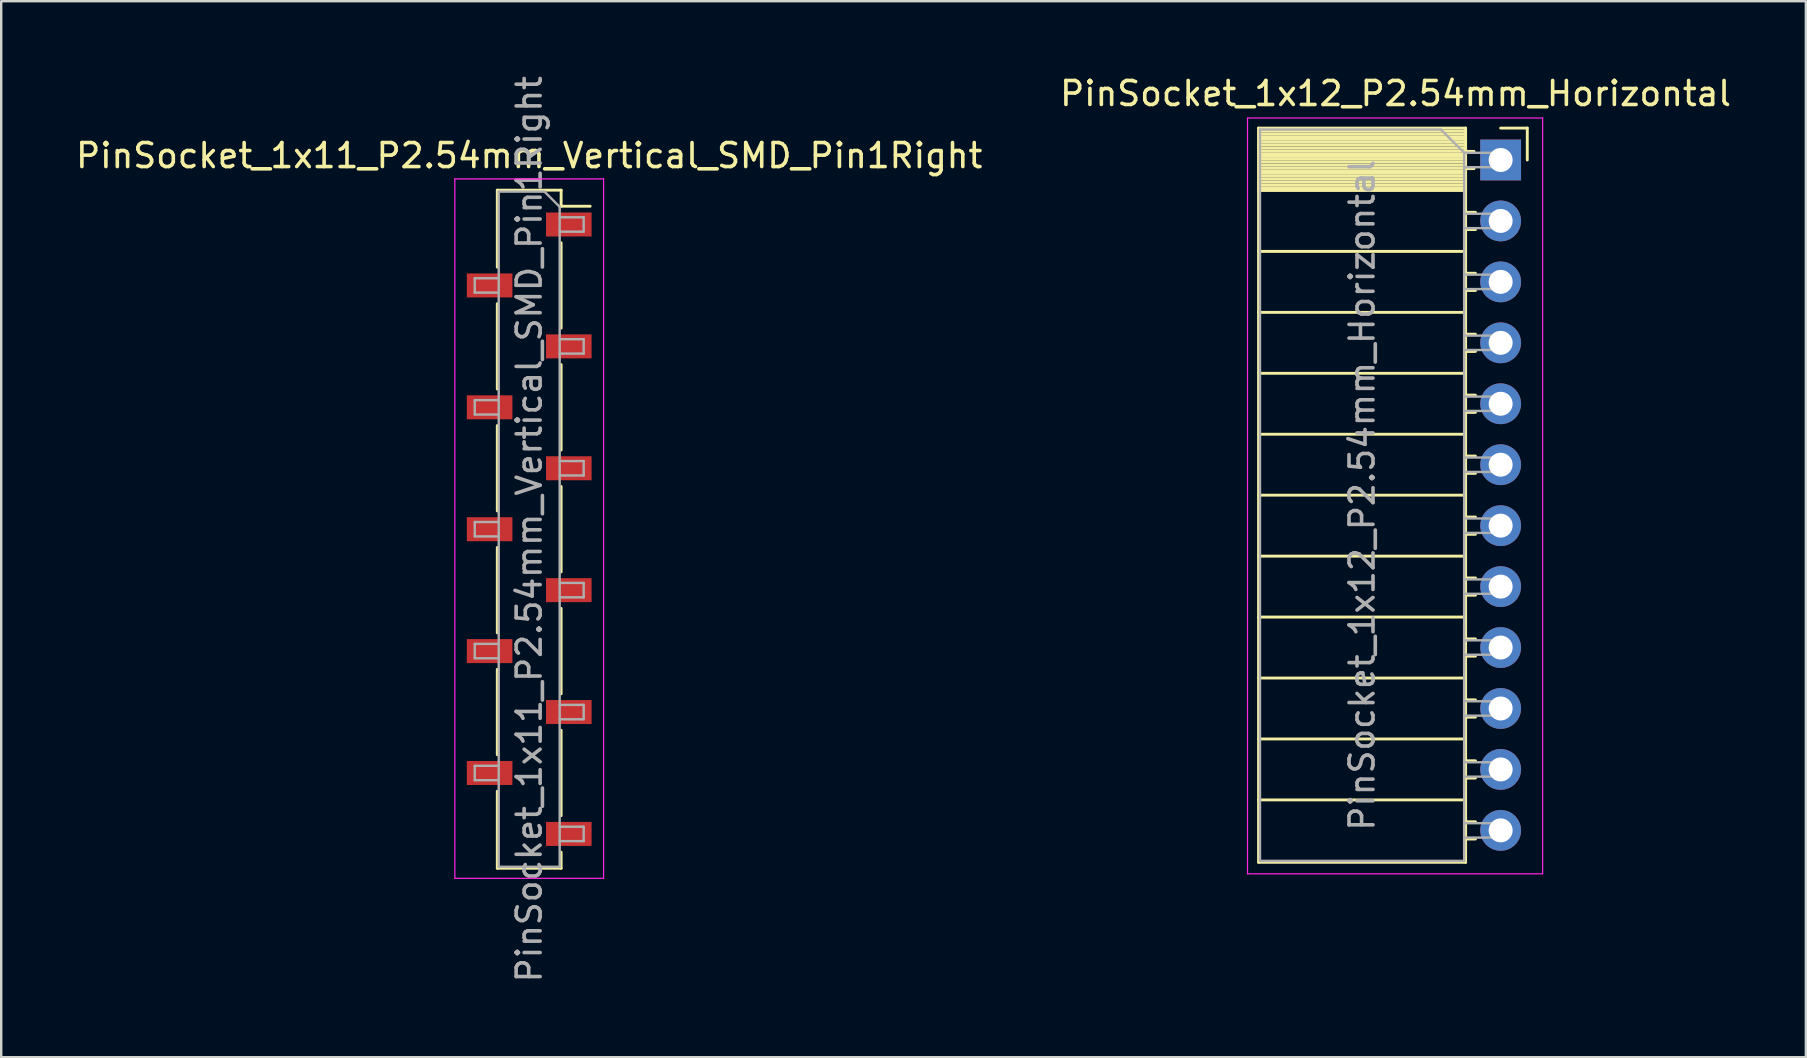
<source format=kicad_pcb>
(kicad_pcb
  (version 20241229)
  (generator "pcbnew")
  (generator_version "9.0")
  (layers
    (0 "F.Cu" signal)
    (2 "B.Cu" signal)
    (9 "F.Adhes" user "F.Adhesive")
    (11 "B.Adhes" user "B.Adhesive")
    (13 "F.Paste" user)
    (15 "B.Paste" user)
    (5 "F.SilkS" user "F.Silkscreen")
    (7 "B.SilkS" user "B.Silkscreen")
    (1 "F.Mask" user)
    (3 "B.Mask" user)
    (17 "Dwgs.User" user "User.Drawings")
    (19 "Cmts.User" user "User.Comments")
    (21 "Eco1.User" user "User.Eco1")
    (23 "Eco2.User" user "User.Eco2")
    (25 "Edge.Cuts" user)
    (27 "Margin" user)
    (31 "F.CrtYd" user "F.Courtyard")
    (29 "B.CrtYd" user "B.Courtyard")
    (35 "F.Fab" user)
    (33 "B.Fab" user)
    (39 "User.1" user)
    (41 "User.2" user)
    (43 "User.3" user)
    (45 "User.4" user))
  (footprint "PinSocket_1x12_P2.54mm_Horizontal"
    (layer "F.Cu")
    (at 59.493 3.618)
    (property "Reference" "PinSocket_1x12_P2.54mm_Horizontal" (at -4.38 -2.77 0) (layer "F.SilkS") (effects (font (size 1 1) (thickness 0.15))))
    (attr through_hole)
    (fp_line (start -10.09 -1.33) (end -10.09 29.27) (stroke (width 0.12) (type solid)) (layer "F.SilkS"))
    (fp_line (start -10.09 -1.33) (end -1.46 -1.33) (stroke (width 0.12) (type solid)) (layer "F.SilkS"))
    (fp_line (start -10.09 -1.21) (end -1.46 -1.21) (stroke (width 0.12) (type solid)) (layer "F.SilkS"))
    (fp_line (start -10.09 -1.092) (end -1.46 -1.092) (stroke (width 0.12) (type solid)) (layer "F.SilkS"))
    (fp_line (start -10.09 -0.974) (end -1.46 -0.974) (stroke (width 0.12) (type solid)) (layer "F.SilkS"))
    (fp_line (start -10.09 -0.856) (end -1.46 -0.856) (stroke (width 0.12) (type solid)) (layer "F.SilkS"))
    (fp_line (start -10.09 -0.738) (end -1.46 -0.738) (stroke (width 0.12) (type solid)) (layer "F.SilkS"))
    (fp_line (start -10.09 -0.62) (end -1.46 -0.62) (stroke (width 0.12) (type solid)) (layer "F.SilkS"))
    (fp_line (start -10.09 -0.501) (end -1.46 -0.501) (stroke (width 0.12) (type solid)) (layer "F.SilkS"))
    (fp_line (start -10.09 -0.383) (end -1.46 -0.383) (stroke (width 0.12) (type solid)) (layer "F.SilkS"))
    (fp_line (start -10.09 -0.265) (end -1.46 -0.265) (stroke (width 0.12) (type solid)) (layer "F.SilkS"))
    (fp_line (start -10.09 -0.147) (end -1.46 -0.147) (stroke (width 0.12) (type solid)) (layer "F.SilkS"))
    (fp_line (start -10.09 -0.029) (end -1.46 -0.029) (stroke (width 0.12) (type solid)) (layer "F.SilkS"))
    (fp_line (start -10.09 0.089) (end -1.46 0.089) (stroke (width 0.12) (type solid)) (layer "F.SilkS"))
    (fp_line (start -10.09 0.207) (end -1.46 0.207) (stroke (width 0.12) (type solid)) (layer "F.SilkS"))
    (fp_line (start -10.09 0.325) (end -1.46 0.325) (stroke (width 0.12) (type solid)) (layer "F.SilkS"))
    (fp_line (start -10.09 0.443) (end -1.46 0.443) (stroke (width 0.12) (type solid)) (layer "F.SilkS"))
    (fp_line (start -10.09 0.561) (end -1.46 0.561) (stroke (width 0.12) (type solid)) (layer "F.SilkS"))
    (fp_line (start -10.09 0.68) (end -1.46 0.68) (stroke (width 0.12) (type solid)) (layer "F.SilkS"))
    (fp_line (start -10.09 0.798) (end -1.46 0.798) (stroke (width 0.12) (type solid)) (layer "F.SilkS"))
    (fp_line (start -10.09 0.916) (end -1.46 0.916) (stroke (width 0.12) (type solid)) (layer "F.SilkS"))
    (fp_line (start -10.09 1.034) (end -1.46 1.034) (stroke (width 0.12) (type solid)) (layer "F.SilkS"))
    (fp_line (start -10.09 1.152) (end -1.46 1.152) (stroke (width 0.12) (type solid)) (layer "F.SilkS"))
    (fp_line (start -10.09 1.27) (end -1.46 1.27) (stroke (width 0.12) (type solid)) (layer "F.SilkS"))
    (fp_line (start -10.09 3.81) (end -1.46 3.81) (stroke (width 0.12) (type solid)) (layer "F.SilkS"))
    (fp_line (start -10.09 6.35) (end -1.46 6.35) (stroke (width 0.12) (type solid)) (layer "F.SilkS"))
    (fp_line (start -10.09 8.89) (end -1.46 8.89) (stroke (width 0.12) (type solid)) (layer "F.SilkS"))
    (fp_line (start -10.09 11.43) (end -1.46 11.43) (stroke (width 0.12) (type solid)) (layer "F.SilkS"))
    (fp_line (start -10.09 13.97) (end -1.46 13.97) (stroke (width 0.12) (type solid)) (layer "F.SilkS"))
    (fp_line (start -10.09 16.51) (end -1.46 16.51) (stroke (width 0.12) (type solid)) (layer "F.SilkS"))
    (fp_line (start -10.09 19.05) (end -1.46 19.05) (stroke (width 0.12) (type solid)) (layer "F.SilkS"))
    (fp_line (start -10.09 21.59) (end -1.46 21.59) (stroke (width 0.12) (type solid)) (layer "F.SilkS"))
    (fp_line (start -10.09 24.13) (end -1.46 24.13) (stroke (width 0.12) (type solid)) (layer "F.SilkS"))
    (fp_line (start -10.09 26.67) (end -1.46 26.67) (stroke (width 0.12) (type solid)) (layer "F.SilkS"))
    (fp_line (start -10.09 29.27) (end -1.46 29.27) (stroke (width 0.12) (type solid)) (layer "F.SilkS"))
    (fp_line (start -1.46 -1.33) (end -1.46 29.27) (stroke (width 0.12) (type solid)) (layer "F.SilkS"))
    (fp_line (start -1.46 -0.36) (end -1.11 -0.36) (stroke (width 0.12) (type solid)) (layer "F.SilkS"))
    (fp_line (start -1.46 0.36) (end -1.11 0.36) (stroke (width 0.12) (type solid)) (layer "F.SilkS"))
    (fp_line (start -1.46 2.18) (end -1.05 2.18) (stroke (width 0.12) (type solid)) (layer "F.SilkS"))
    (fp_line (start -1.46 2.9) (end -1.05 2.9) (stroke (width 0.12) (type solid)) (layer "F.SilkS"))
    (fp_line (start -1.46 4.72) (end -1.05 4.72) (stroke (width 0.12) (type solid)) (layer "F.SilkS"))
    (fp_line (start -1.46 5.44) (end -1.05 5.44) (stroke (width 0.12) (type solid)) (layer "F.SilkS"))
    (fp_line (start -1.46 7.26) (end -1.05 7.26) (stroke (width 0.12) (type solid)) (layer "F.SilkS"))
    (fp_line (start -1.46 7.98) (end -1.05 7.98) (stroke (width 0.12) (type solid)) (layer "F.SilkS"))
    (fp_line (start -1.46 9.8) (end -1.05 9.8) (stroke (width 0.12) (type solid)) (layer "F.SilkS"))
    (fp_line (start -1.46 10.52) (end -1.05 10.52) (stroke (width 0.12) (type solid)) (layer "F.SilkS"))
    (fp_line (start -1.46 12.34) (end -1.05 12.34) (stroke (width 0.12) (type solid)) (layer "F.SilkS"))
    (fp_line (start -1.46 13.06) (end -1.05 13.06) (stroke (width 0.12) (type solid)) (layer "F.SilkS"))
    (fp_line (start -1.46 14.88) (end -1.05 14.88) (stroke (width 0.12) (type solid)) (layer "F.SilkS"))
    (fp_line (start -1.46 15.6) (end -1.05 15.6) (stroke (width 0.12) (type solid)) (layer "F.SilkS"))
    (fp_line (start -1.46 17.42) (end -1.05 17.42) (stroke (width 0.12) (type solid)) (layer "F.SilkS"))
    (fp_line (start -1.46 18.14) (end -1.05 18.14) (stroke (width 0.12) (type solid)) (layer "F.SilkS"))
    (fp_line (start -1.46 19.96) (end -1.05 19.96) (stroke (width 0.12) (type solid)) (layer "F.SilkS"))
    (fp_line (start -1.46 20.68) (end -1.05 20.68) (stroke (width 0.12) (type solid)) (layer "F.SilkS"))
    (fp_line (start -1.46 22.5) (end -1.05 22.5) (stroke (width 0.12) (type solid)) (layer "F.SilkS"))
    (fp_line (start -1.46 23.22) (end -1.05 23.22) (stroke (width 0.12) (type solid)) (layer "F.SilkS"))
    (fp_line (start -1.46 25.04) (end -1.05 25.04) (stroke (width 0.12) (type solid)) (layer "F.SilkS"))
    (fp_line (start -1.46 25.76) (end -1.05 25.76) (stroke (width 0.12) (type solid)) (layer "F.SilkS"))
    (fp_line (start -1.46 27.58) (end -1.05 27.58) (stroke (width 0.12) (type solid)) (layer "F.SilkS"))
    (fp_line (start -1.46 28.3) (end -1.05 28.3) (stroke (width 0.12) (type solid)) (layer "F.SilkS"))
    (fp_line (start 0 -1.33) (end 1.11 -1.33) (stroke (width 0.12) (type solid)) (layer "F.SilkS"))
    (fp_line (start 1.11 -1.33) (end 1.11 0) (stroke (width 0.12) (type solid)) (layer "F.SilkS"))
    (fp_line (start -10.55 -1.75) (end -10.55 29.75) (stroke (width 0.05) (type solid)) (layer "F.CrtYd"))
    (fp_line (start -10.55 29.75) (end 1.75 29.75) (stroke (width 0.05) (type solid)) (layer "F.CrtYd"))
    (fp_line (start 1.75 -1.75) (end -10.55 -1.75) (stroke (width 0.05) (type solid)) (layer "F.CrtYd"))
    (fp_line (start 1.75 29.75) (end 1.75 -1.75) (stroke (width 0.05) (type solid)) (layer "F.CrtYd"))
    (fp_line (start -10.03 -1.27) (end -2.49 -1.27) (stroke (width 0.1) (type solid)) (layer "F.Fab"))
    (fp_line (start -10.03 29.21) (end -10.03 -1.27) (stroke (width 0.1) (type solid)) (layer "F.Fab"))
    (fp_line (start -2.49 -1.27) (end -1.52 -0.3) (stroke (width 0.1) (type solid)) (layer "F.Fab"))
    (fp_line (start -1.52 -0.3) (end -1.52 29.21) (stroke (width 0.1) (type solid)) (layer "F.Fab"))
    (fp_line (start -1.52 0.3) (end 0 0.3) (stroke (width 0.1) (type solid)) (layer "F.Fab"))
    (fp_line (start -1.52 2.84) (end 0 2.84) (stroke (width 0.1) (type solid)) (layer "F.Fab"))
    (fp_line (start -1.52 5.38) (end 0 5.38) (stroke (width 0.1) (type solid)) (layer "F.Fab"))
    (fp_line (start -1.52 7.92) (end 0 7.92) (stroke (width 0.1) (type solid)) (layer "F.Fab"))
    (fp_line (start -1.52 10.46) (end 0 10.46) (stroke (width 0.1) (type solid)) (layer "F.Fab"))
    (fp_line (start -1.52 13) (end 0 13) (stroke (width 0.1) (type solid)) (layer "F.Fab"))
    (fp_line (start -1.52 15.54) (end 0 15.54) (stroke (width 0.1) (type solid)) (layer "F.Fab"))
    (fp_line (start -1.52 18.08) (end 0 18.08) (stroke (width 0.1) (type solid)) (layer "F.Fab"))
    (fp_line (start -1.52 20.62) (end 0 20.62) (stroke (width 0.1) (type solid)) (layer "F.Fab"))
    (fp_line (start -1.52 23.16) (end 0 23.16) (stroke (width 0.1) (type solid)) (layer "F.Fab"))
    (fp_line (start -1.52 25.7) (end 0 25.7) (stroke (width 0.1) (type solid)) (layer "F.Fab"))
    (fp_line (start -1.52 28.24) (end 0 28.24) (stroke (width 0.1) (type solid)) (layer "F.Fab"))
    (fp_line (start -1.52 29.21) (end -10.03 29.21) (stroke (width 0.1) (type solid)) (layer "F.Fab"))
    (fp_line (start 0 -0.3) (end -1.52 -0.3) (stroke (width 0.1) (type solid)) (layer "F.Fab"))
    (fp_line (start 0 0.3) (end 0 -0.3) (stroke (width 0.1) (type solid)) (layer "F.Fab"))
    (fp_line (start 0 2.24) (end -1.52 2.24) (stroke (width 0.1) (type solid)) (layer "F.Fab"))
    (fp_line (start 0 2.84) (end 0 2.24) (stroke (width 0.1) (type solid)) (layer "F.Fab"))
    (fp_line (start 0 4.78) (end -1.52 4.78) (stroke (width 0.1) (type solid)) (layer "F.Fab"))
    (fp_line (start 0 5.38) (end 0 4.78) (stroke (width 0.1) (type solid)) (layer "F.Fab"))
    (fp_line (start 0 7.32) (end -1.52 7.32) (stroke (width 0.1) (type solid)) (layer "F.Fab"))
    (fp_line (start 0 7.92) (end 0 7.32) (stroke (width 0.1) (type solid)) (layer "F.Fab"))
    (fp_line (start 0 9.86) (end -1.52 9.86) (stroke (width 0.1) (type solid)) (layer "F.Fab"))
    (fp_line (start 0 10.46) (end 0 9.86) (stroke (width 0.1) (type solid)) (layer "F.Fab"))
    (fp_line (start 0 12.4) (end -1.52 12.4) (stroke (width 0.1) (type solid)) (layer "F.Fab"))
    (fp_line (start 0 13) (end 0 12.4) (stroke (width 0.1) (type solid)) (layer "F.Fab"))
    (fp_line (start 0 14.94) (end -1.52 14.94) (stroke (width 0.1) (type solid)) (layer "F.Fab"))
    (fp_line (start 0 15.54) (end 0 14.94) (stroke (width 0.1) (type solid)) (layer "F.Fab"))
    (fp_line (start 0 17.48) (end -1.52 17.48) (stroke (width 0.1) (type solid)) (layer "F.Fab"))
    (fp_line (start 0 18.08) (end 0 17.48) (stroke (width 0.1) (type solid)) (layer "F.Fab"))
    (fp_line (start 0 20.02) (end -1.52 20.02) (stroke (width 0.1) (type solid)) (layer "F.Fab"))
    (fp_line (start 0 20.62) (end 0 20.02) (stroke (width 0.1) (type solid)) (layer "F.Fab"))
    (fp_line (start 0 22.56) (end -1.52 22.56) (stroke (width 0.1) (type solid)) (layer "F.Fab"))
    (fp_line (start 0 23.16) (end 0 22.56) (stroke (width 0.1) (type solid)) (layer "F.Fab"))
    (fp_line (start 0 25.1) (end -1.52 25.1) (stroke (width 0.1) (type solid)) (layer "F.Fab"))
    (fp_line (start 0 25.7) (end 0 25.1) (stroke (width 0.1) (type solid)) (layer "F.Fab"))
    (fp_line (start 0 27.64) (end -1.52 27.64) (stroke (width 0.1) (type solid)) (layer "F.Fab"))
    (fp_line (start 0 28.24) (end 0 27.64) (stroke (width 0.1) (type solid)) (layer "F.Fab"))
    (fp_text user "${REFERENCE}" (at -5.775 13.97 90) (layer "F.Fab") (effects (font (size 1 1) (thickness 0.15))))
    (pad "1" thru_hole rect (at 0 0) (size 1.7 1.7) (drill 1) (layers "*.Cu" "*.Mask"))
    (pad "2" thru_hole oval (at 0 2.54) (size 1.7 1.7) (drill 1) (layers "*.Cu" "*.Mask"))
    (pad "3" thru_hole oval (at 0 5.08) (size 1.7 1.7) (drill 1) (layers "*.Cu" "*.Mask"))
    (pad "4" thru_hole oval (at 0 7.62) (size 1.7 1.7) (drill 1) (layers "*.Cu" "*.Mask"))
    (pad "5" thru_hole oval (at 0 10.16) (size 1.7 1.7) (drill 1) (layers "*.Cu" "*.Mask"))
    (pad "6" thru_hole oval (at 0 12.7) (size 1.7 1.7) (drill 1) (layers "*.Cu" "*.Mask"))
    (pad "7" thru_hole oval (at 0 15.24) (size 1.7 1.7) (drill 1) (layers "*.Cu" "*.Mask"))
    (pad "8" thru_hole oval (at 0 17.78) (size 1.7 1.7) (drill 1) (layers "*.Cu" "*.Mask"))
    (pad "9" thru_hole oval (at 0 20.32) (size 1.7 1.7) (drill 1) (layers "*.Cu" "*.Mask"))
    (pad "10" thru_hole oval (at 0 22.86) (size 1.7 1.7) (drill 1) (layers "*.Cu" "*.Mask"))
    (pad "11" thru_hole oval (at 0 25.4) (size 1.7 1.7) (drill 1) (layers "*.Cu" "*.Mask"))
    (pad "12" thru_hole oval (at 0 27.94) (size 1.7 1.7) (drill 1) (layers "*.Cu" "*.Mask")))
  (footprint "PinSocket_1x11_P2.54mm_Vertical_SMD_Pin1Right"
    (layer "F.Cu")
    (at 19.006 19.006)
    (property "Reference" "PinSocket_1x11_P2.54mm_Vertical_SMD_Pin1Right" (at 0 -15.57 0) (layer "F.SilkS") (effects (font (size 1 1) (thickness 0.15))))
    (attr smd)
    (fp_line (start -1.33 -14.13) (end -1.33 -10.92) (stroke (width 0.12) (type solid)) (layer "F.SilkS"))
    (fp_line (start -1.33 -14.13) (end 1.33 -14.13) (stroke (width 0.12) (type solid)) (layer "F.SilkS"))
    (fp_line (start -1.33 -9.4) (end -1.33 -5.84) (stroke (width 0.12) (type solid)) (layer "F.SilkS"))
    (fp_line (start -1.33 -4.32) (end -1.33 -0.76) (stroke (width 0.12) (type solid)) (layer "F.SilkS"))
    (fp_line (start -1.33 0.76) (end -1.33 4.32) (stroke (width 0.12) (type solid)) (layer "F.SilkS"))
    (fp_line (start -1.33 5.84) (end -1.33 9.4) (stroke (width 0.12) (type solid)) (layer "F.SilkS"))
    (fp_line (start -1.33 10.92) (end -1.33 14.13) (stroke (width 0.12) (type solid)) (layer "F.SilkS"))
    (fp_line (start -1.33 14.13) (end 1.33 14.13) (stroke (width 0.12) (type solid)) (layer "F.SilkS"))
    (fp_line (start 1.33 -14.13) (end 1.33 -13.46) (stroke (width 0.12) (type solid)) (layer "F.SilkS"))
    (fp_line (start 1.33 -13.46) (end 2.54 -13.46) (stroke (width 0.12) (type solid)) (layer "F.SilkS"))
    (fp_line (start 1.33 -11.94) (end 1.33 -8.38) (stroke (width 0.12) (type solid)) (layer "F.SilkS"))
    (fp_line (start 1.33 -6.86) (end 1.33 -3.3) (stroke (width 0.12) (type solid)) (layer "F.SilkS"))
    (fp_line (start 1.33 -1.78) (end 1.33 1.78) (stroke (width 0.12) (type solid)) (layer "F.SilkS"))
    (fp_line (start 1.33 3.3) (end 1.33 6.86) (stroke (width 0.12) (type solid)) (layer "F.SilkS"))
    (fp_line (start 1.33 8.38) (end 1.33 11.94) (stroke (width 0.12) (type solid)) (layer "F.SilkS"))
    (fp_line (start 1.33 13.46) (end 1.33 14.13) (stroke (width 0.12) (type solid)) (layer "F.SilkS"))
    (fp_line (start -3.1 -14.6) (end 3.1 -14.6) (stroke (width 0.05) (type solid)) (layer "F.CrtYd"))
    (fp_line (start -3.1 14.55) (end -3.1 -14.6) (stroke (width 0.05) (type solid)) (layer "F.CrtYd"))
    (fp_line (start 3.1 -14.6) (end 3.1 14.55) (stroke (width 0.05) (type solid)) (layer "F.CrtYd"))
    (fp_line (start 3.1 14.55) (end -3.1 14.55) (stroke (width 0.05) (type solid)) (layer "F.CrtYd"))
    (fp_line (start -2.27 -10.46) (end -1.27 -10.46) (stroke (width 0.1) (type solid)) (layer "F.Fab"))
    (fp_line (start -2.27 -9.86) (end -2.27 -10.46) (stroke (width 0.1) (type solid)) (layer "F.Fab"))
    (fp_line (start -2.27 -5.38) (end -1.27 -5.38) (stroke (width 0.1) (type solid)) (layer "F.Fab"))
    (fp_line (start -2.27 -4.78) (end -2.27 -5.38) (stroke (width 0.1) (type solid)) (layer "F.Fab"))
    (fp_line (start -2.27 -0.3) (end -1.27 -0.3) (stroke (width 0.1) (type solid)) (layer "F.Fab"))
    (fp_line (start -2.27 0.3) (end -2.27 -0.3) (stroke (width 0.1) (type solid)) (layer "F.Fab"))
    (fp_line (start -2.27 4.78) (end -1.27 4.78) (stroke (width 0.1) (type solid)) (layer "F.Fab"))
    (fp_line (start -2.27 5.38) (end -2.27 4.78) (stroke (width 0.1) (type solid)) (layer "F.Fab"))
    (fp_line (start -2.27 9.86) (end -1.27 9.86) (stroke (width 0.1) (type solid)) (layer "F.Fab"))
    (fp_line (start -2.27 10.46) (end -2.27 9.86) (stroke (width 0.1) (type solid)) (layer "F.Fab"))
    (fp_line (start -1.27 -14.07) (end 0.635 -14.07) (stroke (width 0.1) (type solid)) (layer "F.Fab"))
    (fp_line (start -1.27 -9.86) (end -2.27 -9.86) (stroke (width 0.1) (type solid)) (layer "F.Fab"))
    (fp_line (start -1.27 -4.78) (end -2.27 -4.78) (stroke (width 0.1) (type solid)) (layer "F.Fab"))
    (fp_line (start -1.27 0.3) (end -2.27 0.3) (stroke (width 0.1) (type solid)) (layer "F.Fab"))
    (fp_line (start -1.27 5.38) (end -2.27 5.38) (stroke (width 0.1) (type solid)) (layer "F.Fab"))
    (fp_line (start -1.27 10.46) (end -2.27 10.46) (stroke (width 0.1) (type solid)) (layer "F.Fab"))
    (fp_line (start -1.27 14.07) (end -1.27 -14.07) (stroke (width 0.1) (type solid)) (layer "F.Fab"))
    (fp_line (start 0.635 -14.07) (end 1.27 -13.435) (stroke (width 0.1) (type solid)) (layer "F.Fab"))
    (fp_line (start 1.27 -13.435) (end 1.27 14.07) (stroke (width 0.1) (type solid)) (layer "F.Fab"))
    (fp_line (start 1.27 -13) (end 2.27 -13) (stroke (width 0.1) (type solid)) (layer "F.Fab"))
    (fp_line (start 1.27 -7.92) (end 2.27 -7.92) (stroke (width 0.1) (type solid)) (layer "F.Fab"))
    (fp_line (start 1.27 -2.84) (end 2.27 -2.84) (stroke (width 0.1) (type solid)) (layer "F.Fab"))
    (fp_line (start 1.27 2.24) (end 2.27 2.24) (stroke (width 0.1) (type solid)) (layer "F.Fab"))
    (fp_line (start 1.27 7.32) (end 2.27 7.32) (stroke (width 0.1) (type solid)) (layer "F.Fab"))
    (fp_line (start 1.27 12.4) (end 2.27 12.4) (stroke (width 0.1) (type solid)) (layer "F.Fab"))
    (fp_line (start 1.27 14.07) (end -1.27 14.07) (stroke (width 0.1) (type solid)) (layer "F.Fab"))
    (fp_line (start 2.27 -13) (end 2.27 -12.4) (stroke (width 0.1) (type solid)) (layer "F.Fab"))
    (fp_line (start 2.27 -12.4) (end 1.27 -12.4) (stroke (width 0.1) (type solid)) (layer "F.Fab"))
    (fp_line (start 2.27 -7.92) (end 2.27 -7.32) (stroke (width 0.1) (type solid)) (layer "F.Fab"))
    (fp_line (start 2.27 -7.32) (end 1.27 -7.32) (stroke (width 0.1) (type solid)) (layer "F.Fab"))
    (fp_line (start 2.27 -2.84) (end 2.27 -2.24) (stroke (width 0.1) (type solid)) (layer "F.Fab"))
    (fp_line (start 2.27 -2.24) (end 1.27 -2.24) (stroke (width 0.1) (type solid)) (layer "F.Fab"))
    (fp_line (start 2.27 2.24) (end 2.27 2.84) (stroke (width 0.1) (type solid)) (layer "F.Fab"))
    (fp_line (start 2.27 2.84) (end 1.27 2.84) (stroke (width 0.1) (type solid)) (layer "F.Fab"))
    (fp_line (start 2.27 7.32) (end 2.27 7.92) (stroke (width 0.1) (type solid)) (layer "F.Fab"))
    (fp_line (start 2.27 7.92) (end 1.27 7.92) (stroke (width 0.1) (type solid)) (layer "F.Fab"))
    (fp_line (start 2.27 12.4) (end 2.27 13) (stroke (width 0.1) (type solid)) (layer "F.Fab"))
    (fp_line (start 2.27 13) (end 1.27 13) (stroke (width 0.1) (type solid)) (layer "F.Fab"))
    (fp_text user "${REFERENCE}" (at 0 0 90) (layer "F.Fab") (effects (font (size 1 1) (thickness 0.15))))
    (pad "1" smd rect (at 1.65 -12.7) (size 1.9 1) (layers "F.Cu" "F.Mask" "F.Paste"))
    (pad "2" smd rect (at -1.65 -10.16) (size 1.9 1) (layers "F.Cu" "F.Mask" "F.Paste"))
    (pad "3" smd rect (at 1.65 -7.62) (size 1.9 1) (layers "F.Cu" "F.Mask" "F.Paste"))
    (pad "4" smd rect (at -1.65 -5.08) (size 1.9 1) (layers "F.Cu" "F.Mask" "F.Paste"))
    (pad "5" smd rect (at 1.65 -2.54) (size 1.9 1) (layers "F.Cu" "F.Mask" "F.Paste"))
    (pad "6" smd rect (at -1.65 0) (size 1.9 1) (layers "F.Cu" "F.Mask" "F.Paste"))
    (pad "7" smd rect (at 1.65 2.54) (size 1.9 1) (layers "F.Cu" "F.Mask" "F.Paste"))
    (pad "8" smd rect (at -1.65 5.08) (size 1.9 1) (layers "F.Cu" "F.Mask" "F.Paste"))
    (pad "9" smd rect (at 1.65 7.62) (size 1.9 1) (layers "F.Cu" "F.Mask" "F.Paste"))
    (pad "10" smd rect (at -1.65 10.16) (size 1.9 1) (layers "F.Cu" "F.Mask" "F.Paste"))
    (pad "11" smd rect (at 1.65 12.7) (size 1.9 1) (layers "F.Cu" "F.Mask" "F.Paste")))
  (gr_rect
    (start -3 -3)
    (end 72.214 41.012)
    (stroke (width 0.1) (type default))
    (fill no)
    (layer "Edge.Cuts")))
</source>
